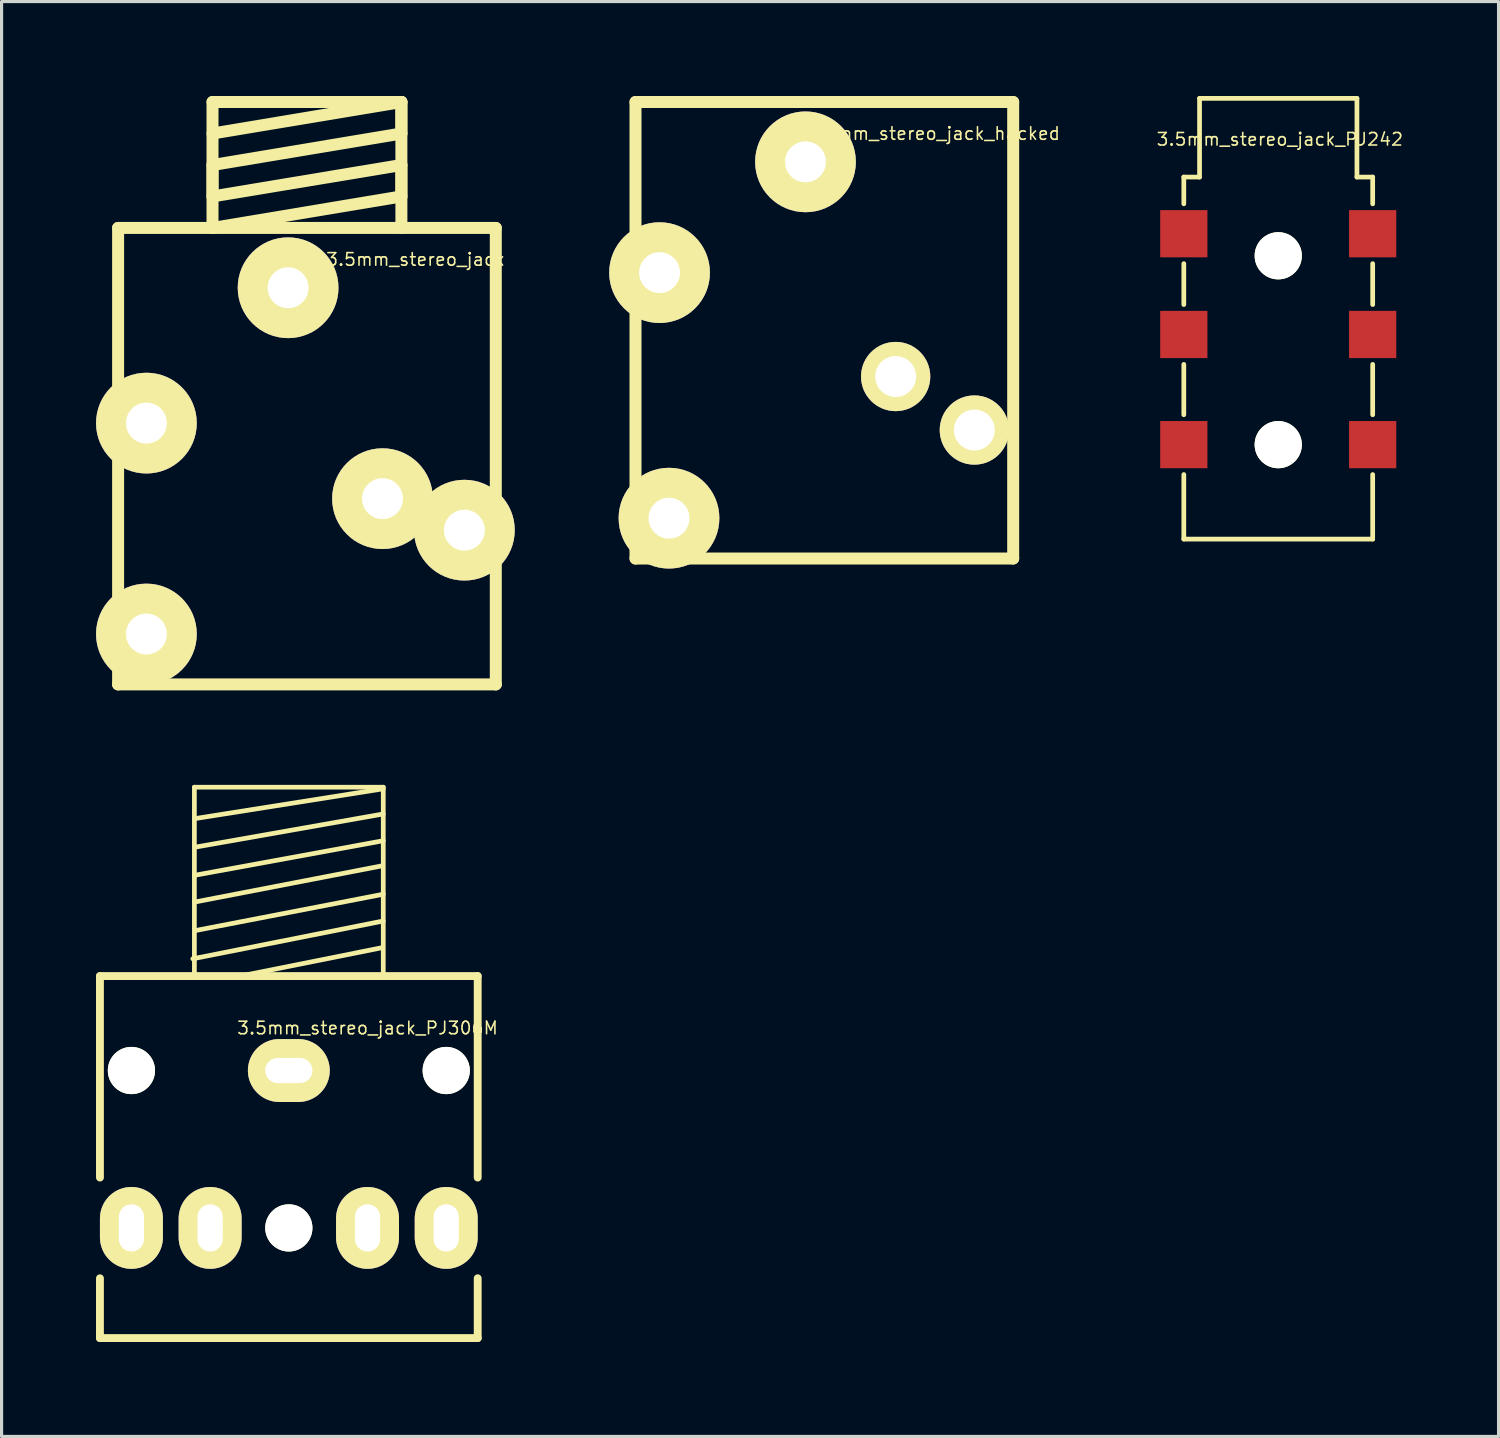
<source format=kicad_pcb>
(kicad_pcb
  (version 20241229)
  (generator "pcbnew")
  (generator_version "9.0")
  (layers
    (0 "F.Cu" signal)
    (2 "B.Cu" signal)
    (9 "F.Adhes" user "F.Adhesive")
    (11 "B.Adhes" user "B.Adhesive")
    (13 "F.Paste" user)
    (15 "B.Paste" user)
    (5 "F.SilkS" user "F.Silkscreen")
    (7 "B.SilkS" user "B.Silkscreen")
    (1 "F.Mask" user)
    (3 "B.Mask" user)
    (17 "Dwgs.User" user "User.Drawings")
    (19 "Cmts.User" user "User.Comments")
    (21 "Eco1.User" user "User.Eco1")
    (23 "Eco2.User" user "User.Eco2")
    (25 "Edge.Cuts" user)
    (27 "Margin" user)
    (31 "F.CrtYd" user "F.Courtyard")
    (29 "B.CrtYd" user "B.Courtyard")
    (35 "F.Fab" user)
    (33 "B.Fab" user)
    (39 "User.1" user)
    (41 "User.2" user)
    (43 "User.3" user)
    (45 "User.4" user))
  (footprint "3.5mm_stereo_jack"
    (layer "F.Cu")
    (at 6.701 11.191)
    (property "Reference" "3.5mm_stereo_jack" (at 3.449 -5.999 0) (layer "F.SilkS") (effects (font (size 0.399 0.399) (thickness 0.051))))
    (attr through_hole)
    (fp_line (start -5.999 -7) (end 5.999 -7) (stroke (width 0.381) (type solid)) (layer "F.SilkS"))
    (fp_line (start -5.999 7.501) (end -5.999 -7) (stroke (width 0.381) (type solid)) (layer "F.SilkS"))
    (fp_line (start -3 -11.001) (end -3 -7) (stroke (width 0.381) (type solid)) (layer "F.SilkS"))
    (fp_line (start -3 -8.999) (end 3 -10) (stroke (width 0.381) (type solid)) (layer "F.SilkS"))
    (fp_line (start -3 -8.001) (end -3 -8.999) (stroke (width 0.381) (type solid)) (layer "F.SilkS"))
    (fp_line (start -3 -7) (end 3 -8.001) (stroke (width 0.381) (type solid)) (layer "F.SilkS"))
    (fp_line (start 3 -11.001) (end -3 -11.001) (stroke (width 0.381) (type solid)) (layer "F.SilkS"))
    (fp_line (start 3 -11.001) (end -3 -10) (stroke (width 0.381) (type solid)) (layer "F.SilkS"))
    (fp_line (start 3 -10) (end 3 -11.001) (stroke (width 0.381) (type solid)) (layer "F.SilkS"))
    (fp_line (start 3 -8.999) (end -3 -8.001) (stroke (width 0.381) (type solid)) (layer "F.SilkS"))
    (fp_line (start 3 -8.001) (end 3 -8.999) (stroke (width 0.381) (type solid)) (layer "F.SilkS"))
    (fp_line (start 3 -7) (end 3 -11.001) (stroke (width 0.381) (type solid)) (layer "F.SilkS"))
    (fp_line (start 5.999 -7) (end 5.999 7.501) (stroke (width 0.381) (type solid)) (layer "F.SilkS"))
    (fp_line (start 5.999 7.501) (end -5.999 7.501) (stroke (width 0.381) (type solid)) (layer "F.SilkS"))
    (pad "1" thru_hole circle (at -0.599 -5.1) (size 3.2 3.2) (drill 1.3) (layers "*.Cu" "*.Mask" "F.SilkS"))
    (pad "2" thru_hole circle (at -5.1 -0.8) (size 3.2 3.2) (drill 1.3) (layers "*.Cu" "*.Mask" "F.SilkS"))
    (pad "3" thru_hole circle (at -5.1 5.9) (size 3.2 3.2) (drill 1.3) (layers "*.Cu" "*.Mask" "F.SilkS"))
    (pad "4" thru_hole circle (at 5.001 2.601) (size 3.2 3.2) (drill 1.3) (layers "*.Cu" "*.Mask" "F.SilkS"))
    (pad "5" thru_hole circle (at 2.4 1.6) (size 3.2 3.2) (drill 1.3) (layers "*.Cu" "*.Mask" "F.SilkS")))
  (footprint "3.5mm_stereo_jack_PJ306M"
    (layer "F.Cu")
    (at 6.125 30.957)
    (property "Reference" "3.5mm_stereo_jack_PJ306M" (at 2.5 -1.35 0) (layer "F.SilkS") (effects (font (size 0.399 0.399) (thickness 0.051))))
    (attr through_hole)
    (fp_line (start -6 -3) (end 6 -3) (stroke (width 0.25) (type solid)) (layer "F.SilkS"))
    (fp_line (start -6 3.4) (end -6 -3) (stroke (width 0.25) (type solid)) (layer "F.SilkS"))
    (fp_line (start -6 8.5) (end -6 6.6) (stroke (width 0.25) (type solid)) (layer "F.SilkS"))
    (fp_line (start -3 -9) (end 3 -9) (stroke (width 0.15) (type solid)) (layer "F.SilkS"))
    (fp_line (start -3 -6.2) (end 3 -7.3) (stroke (width 0.15) (type solid)) (layer "F.SilkS"))
    (fp_line (start -3 -3) (end -3 -9) (stroke (width 0.15) (type solid)) (layer "F.SilkS"))
    (fp_line (start -2.95 -4.45) (end 3 -5.6) (stroke (width 0.15) (type solid)) (layer "F.SilkS"))
    (fp_line (start -1.55 -3) (end 2.95 -3.9) (stroke (width 0.15) (type solid)) (layer "F.SilkS"))
    (fp_line (start 2.95 -6.5) (end -3 -5.35) (stroke (width 0.15) (type solid)) (layer "F.SilkS"))
    (fp_line (start 3 -9) (end 3 -3) (stroke (width 0.15) (type solid)) (layer "F.SilkS"))
    (fp_line (start 3 -8.95) (end -3 -8) (stroke (width 0.15) (type solid)) (layer "F.SilkS"))
    (fp_line (start 3 -8.15) (end -2.95 -7.1) (stroke (width 0.15) (type solid)) (layer "F.SilkS"))
    (fp_line (start 3 -4.75) (end -3.05 -3.55) (stroke (width 0.15) (type solid)) (layer "F.SilkS"))
    (fp_line (start 6 3.4) (end 6 -3) (stroke (width 0.25) (type solid)) (layer "F.SilkS"))
    (fp_line (start 6 8.5) (end -6 8.5) (stroke (width 0.25) (type solid)) (layer "F.SilkS"))
    (fp_line (start 6 8.5) (end 6 6.6) (stroke (width 0.25) (type solid)) (layer "F.SilkS"))
    (pad "" np_thru_hole circle (at -5 0) (size 1.5 1.5) (drill 1.5) (layers "*.Cu" "*.Mask" "F.SilkS"))
    (pad "" np_thru_hole circle (at 0 5) (size 1.5 1.5) (drill 1.5) (layers "*.Cu" "*.Mask" "F.SilkS"))
    (pad "" np_thru_hole circle (at 5 0) (size 1.5 1.5) (drill 1.5) (layers "*.Cu" "*.Mask" "F.SilkS"))
    (pad "1" thru_hole oval (at 0 0) (size 2.6 2) (drill oval 1.5 0.8) (layers "*.Cu" "*.Mask" "F.SilkS"))
    (pad "2" thru_hole oval (at 5 5) (size 2 2.6) (drill oval 0.8 1.5) (layers "*.Cu" "*.Mask" "F.SilkS"))
    (pad "3" thru_hole oval (at 2.5 5) (size 2 2.6) (drill oval 0.8 1.5) (layers "*.Cu" "*.Mask" "F.SilkS"))
    (pad "4" thru_hole oval (at -2.5 5) (size 2 2.6) (drill oval 0.8 1.5) (layers "*.Cu" "*.Mask" "F.SilkS"))
    (pad "5" thru_hole oval (at -5 5) (size 2 2.6) (drill oval 0.8 1.5) (layers "*.Cu" "*.Mask" "F.SilkS")))
  (footprint "3.5mm_stereo_jack_hacked"
    (layer "F.Cu")
    (at 22.502 2.111)
    (property "Reference" "3.5mm_stereo_jack_hacked" (at 4.084 -0.919 0) (layer "F.SilkS") (effects (font (size 0.399 0.399) (thickness 0.051))))
    (attr through_hole)
    (fp_line (start -5.364 -1.92) (end 6.634 -1.92) (stroke (width 0.381) (type solid)) (layer "F.SilkS"))
    (fp_line (start -5.364 12.581) (end -5.364 -1.92) (stroke (width 0.381) (type solid)) (layer "F.SilkS"))
    (fp_line (start 6.634 -1.92) (end 6.634 12.581) (stroke (width 0.381) (type solid)) (layer "F.SilkS"))
    (fp_line (start 6.634 12.581) (end -5.364 12.581) (stroke (width 0.381) (type solid)) (layer "F.SilkS"))
    (pad "1" thru_hole circle (at 0.036 -0.02) (size 3.2 3.2) (drill 1.3) (layers "*.Cu" "*.Mask" "F.SilkS"))
    (pad "2" thru_hole circle (at -4.6 3.5) (size 3.2 3.2) (drill 1.3) (layers "*.Cu" "*.Mask" "F.SilkS"))
    (pad "3" thru_hole circle (at -4.3 11.3) (size 3.2 3.2) (drill 1.3) (layers "*.Cu" "*.Mask" "F.SilkS"))
    (pad "4" thru_hole circle (at 5.4 8.5) (size 2.2 2.2) (drill 1.3) (layers "*.Cu" "*.Mask" "F.SilkS"))
    (pad "5" thru_hole circle (at 2.9 6.8) (size 2.2 2.2) (drill 1.3) (layers "*.Cu" "*.Mask" "F.SilkS")))
  (footprint "3.5mm_stereo_jack_PJ242"
    (layer "F.Cu")
    (at 37.556 4.375)
    (property "Reference" "3.5mm_stereo_jack_PJ242" (at 0.05 -3 0) (layer "F.SilkS") (effects (font (size 0.399 0.399) (thickness 0.051))))
    (attr through_hole)
    (fp_line (start -3 -1.8) (end -2.5 -1.8) (stroke (width 0.15) (type solid)) (layer "F.SilkS"))
    (fp_line (start -3 -0.95) (end -3 -1.8) (stroke (width 0.15) (type solid)) (layer "F.SilkS"))
    (fp_line (start -3 2.25) (end -3 0.95) (stroke (width 0.15) (type solid)) (layer "F.SilkS"))
    (fp_line (start -3 5.75) (end -3 4.15) (stroke (width 0.15) (type solid)) (layer "F.SilkS"))
    (fp_line (start -3 9.7) (end -3 7.65) (stroke (width 0.15) (type solid)) (layer "F.SilkS"))
    (fp_line (start -2.5 -4.3) (end 2.5 -4.3) (stroke (width 0.15) (type solid)) (layer "F.SilkS"))
    (fp_line (start -2.5 -1.8) (end -2.5 -4.3) (stroke (width 0.15) (type solid)) (layer "F.SilkS"))
    (fp_line (start 2.5 -4.3) (end 2.5 -1.8) (stroke (width 0.15) (type solid)) (layer "F.SilkS"))
    (fp_line (start 2.5 -1.8) (end 3 -1.8) (stroke (width 0.15) (type solid)) (layer "F.SilkS"))
    (fp_line (start 3 -1.8) (end 3 -0.95) (stroke (width 0.15) (type solid)) (layer "F.SilkS"))
    (fp_line (start 3 0.95) (end 3 2.25) (stroke (width 0.15) (type solid)) (layer "F.SilkS"))
    (fp_line (start 3 4.15) (end 3 5.75) (stroke (width 0.15) (type solid)) (layer "F.SilkS"))
    (fp_line (start 3 7.65) (end 3 9.7) (stroke (width 0.15) (type solid)) (layer "F.SilkS"))
    (fp_line (start 3 9.7) (end -3 9.7) (stroke (width 0.15) (type solid)) (layer "F.SilkS"))
    (pad "" np_thru_hole circle (at 0 0.7) (size 1.5 1.5) (drill 1.5) (layers "*.Cu" "*.Mask" "F.SilkS"))
    (pad "" np_thru_hole circle (at 0 6.7) (size 1.5 1.5) (drill 1.5) (layers "*.Cu" "*.Mask" "F.SilkS"))
    (pad "1" smd rect (at -3 0) (size 1.5 1.5) (layers "F.Cu" "F.Mask" "F.Paste"))
    (pad "1" smd rect (at 3 0) (size 1.5 1.5) (layers "F.Cu" "F.Mask" "F.Paste"))
    (pad "2" smd rect (at -3 3.2) (size 1.5 1.5) (layers "F.Cu" "F.Mask" "F.Paste"))
    (pad "2" smd rect (at 3 3.2) (size 1.5 1.5) (layers "F.Cu" "F.Mask" "F.Paste"))
    (pad "5" smd rect (at -3 6.7) (size 1.5 1.5) (layers "F.Cu" "F.Mask" "F.Paste"))
    (pad "5" smd rect (at 3 6.7) (size 1.5 1.5) (layers "F.Cu" "F.Mask" "F.Paste")))
  (gr_rect
    (start -3 -3)
    (end 44.554 42.582)
    (stroke (width 0.1) (type default))
    (fill no)
    (layer "Edge.Cuts")))
</source>
